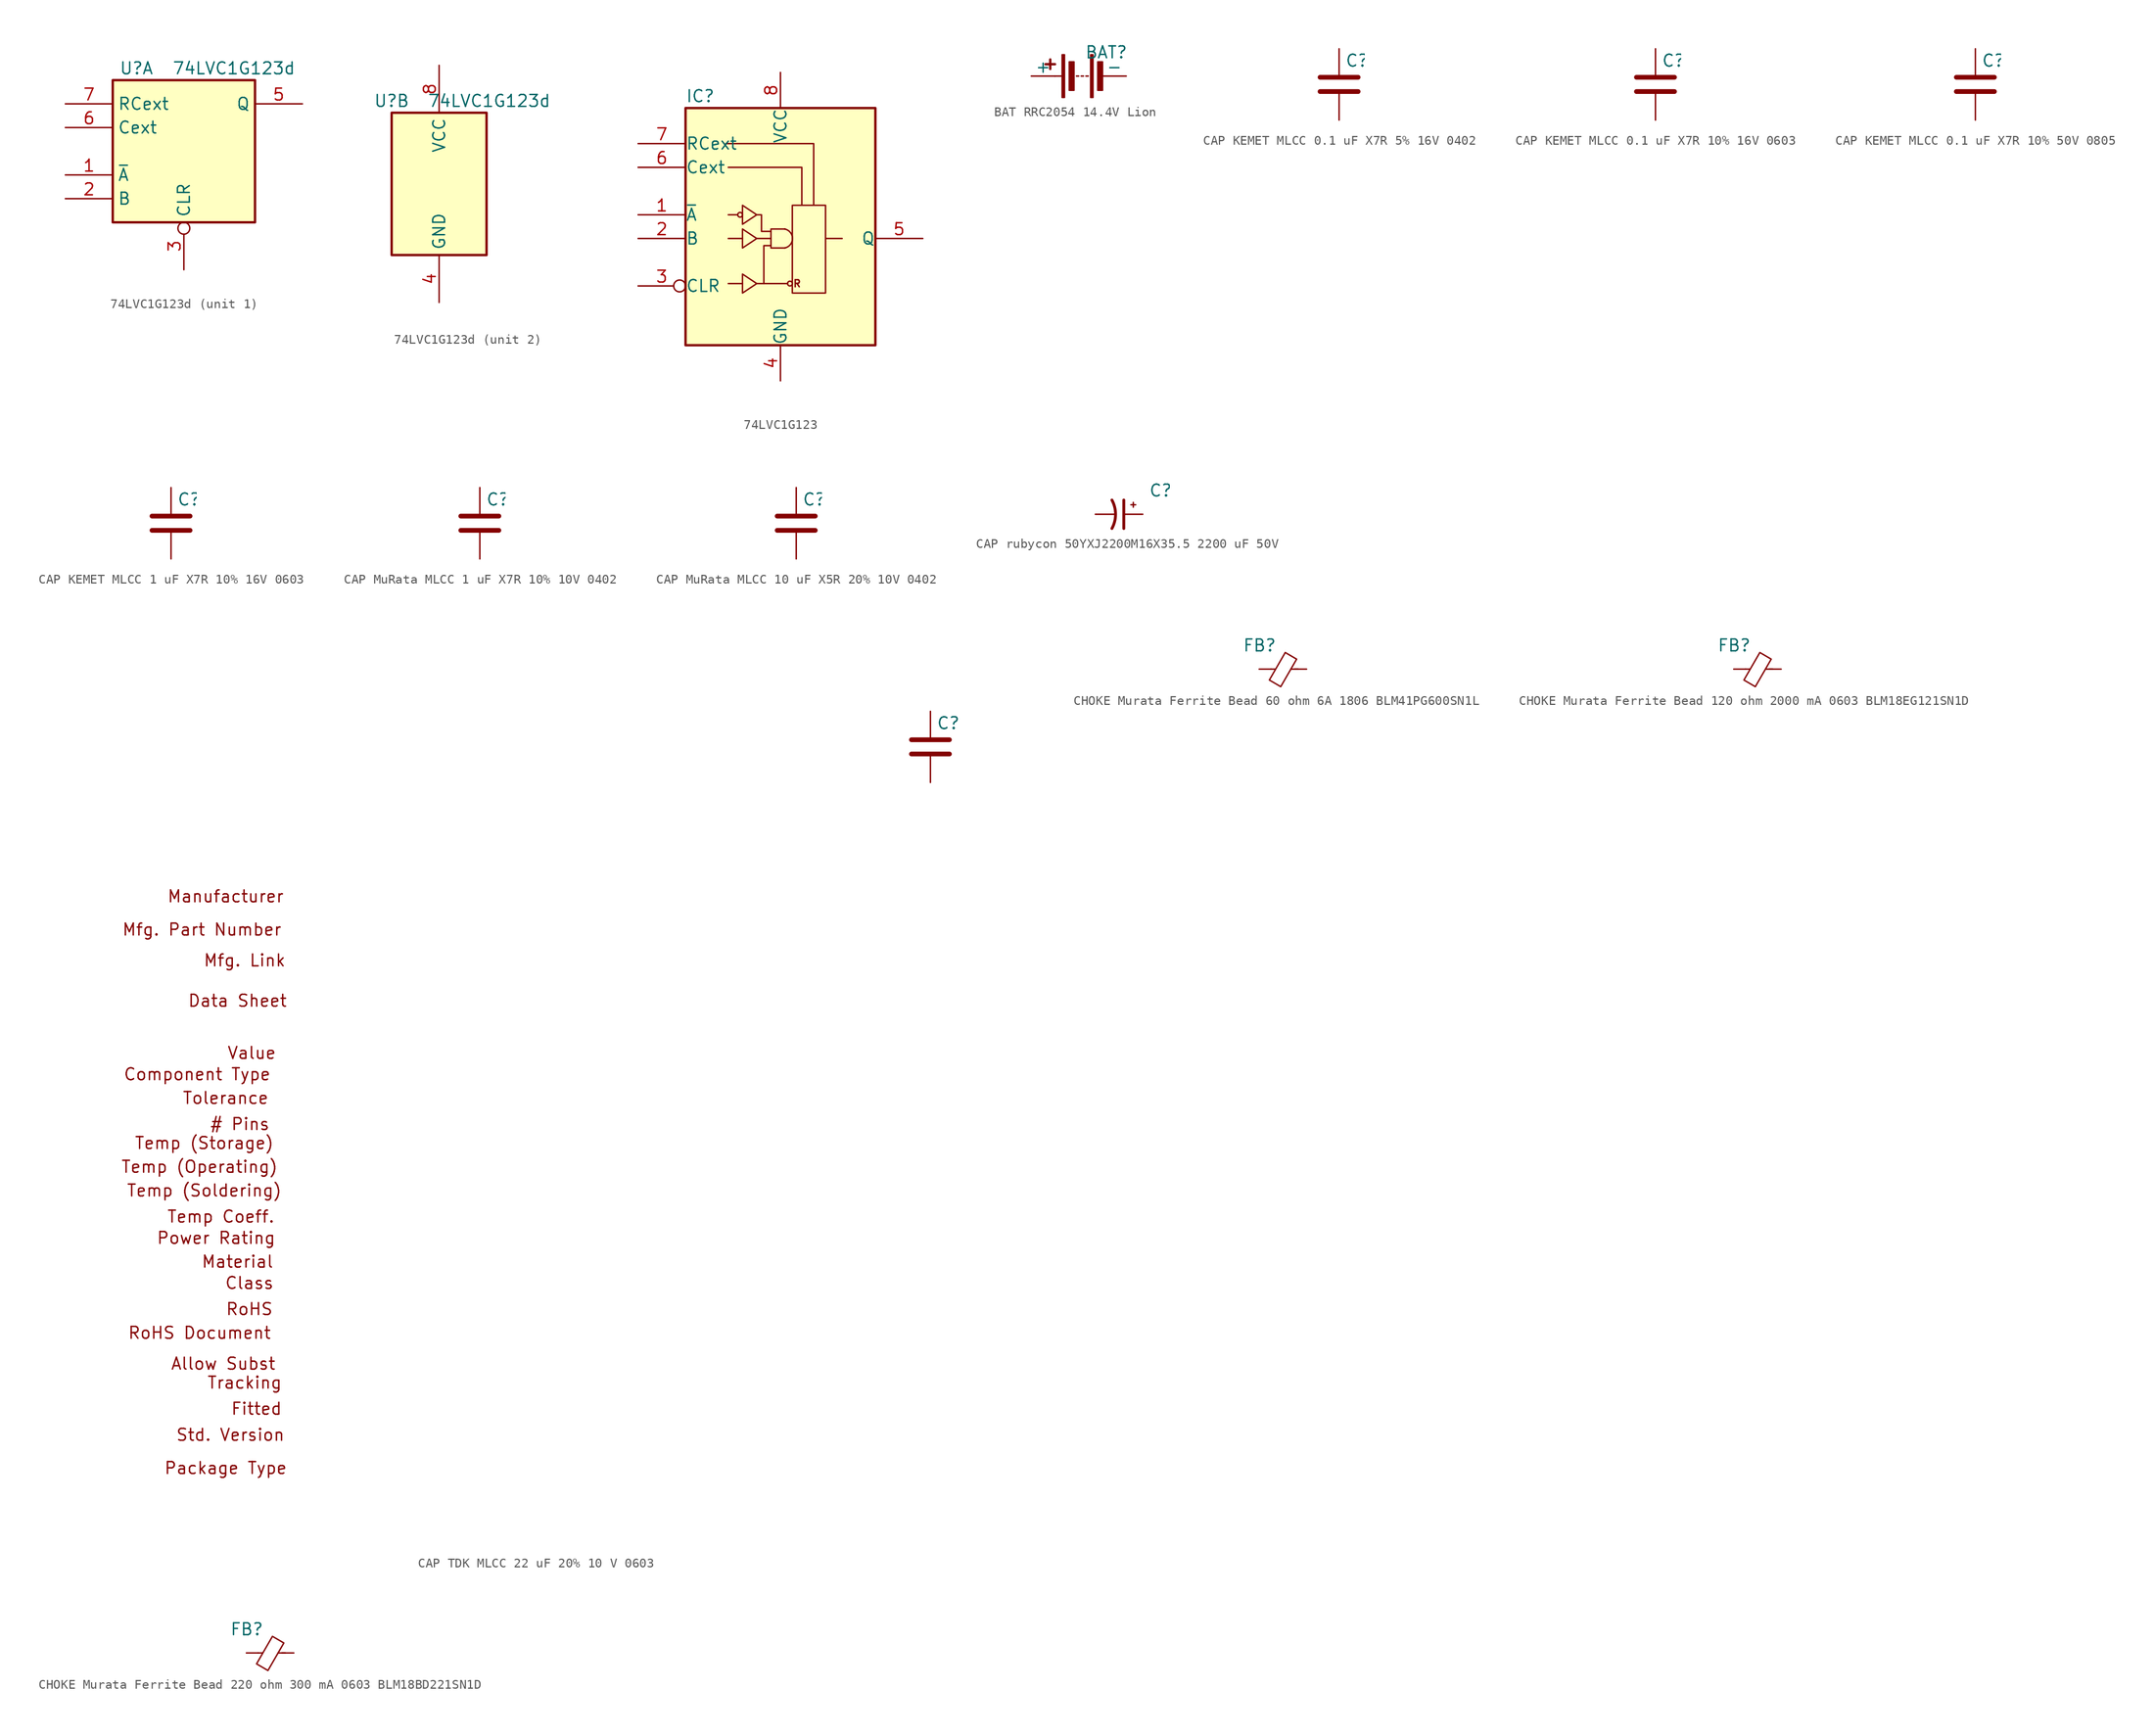
<source format=kicad_sym>
(kicad_symbol_lib
  (version 20241209)
  (generator "kicad_symbol_editor")
  (generator_version "9.0")
  (symbol "74LVC1G123d"
    (property "Reference" "U"
      (at -5.08 8.89 0)
      (effects (font (size 1.27 1.27))))
    (property "Value" "74LVC1G123d"
      (at -1.27 8.89 0)
      (effects (font (size 1.27 1.27)) (justify left)))
    (symbol "74LVC1G123d_1_1"
      (rectangle (start -7.62 7.62) (end 7.62 -7.62) (stroke (width 0.254) (type default)) (fill (type background)))
      (pin input line (at -12.7 5.08 0) (length 5.08) (name "RCext" (effects (font (size 1.27 1.27)))) (number "7" (effects (font (size 1.27 1.27)))))
      (pin input line (at -12.7 2.54 0) (length 5.08) (name "Cext" (effects (font (size 1.27 1.27)))) (number "6" (effects (font (size 1.27 1.27)))))
      (pin input line (at -12.7 -2.54 0) (length 5.08) (name "~{A}" (effects (font (size 1.27 1.27)))) (number "1" (effects (font (size 1.27 1.27)))))
      (pin input line (at -12.7 -5.08 0) (length 5.08) (name "B" (effects (font (size 1.27 1.27)))) (number "2" (effects (font (size 1.27 1.27)))))
      (pin input inverted (at 0 -12.7 90) (length 5.08) (name "CLR" (effects (font (size 1.27 1.27)))) (number "3" (effects (font (size 1.27 1.27)))))
      (pin output line (at 12.7 5.08 180) (length 5.08) (name "Q" (effects (font (size 1.27 1.27)))) (number "5" (effects (font (size 1.27 1.27))))))
    (symbol "74LVC1G123d_2_1"
      (rectangle (start -5.08 7.62) (end 5.08 -7.62) (stroke (width 0.254) (type default)) (fill (type background)))
      (pin power_in line (at 0 12.7 270) (length 5.08) (name "VCC" (effects (font (size 1.27 1.27)))) (number "8" (effects (font (size 1.27 1.27)))))
      (pin power_in line (at 0 -12.7 90) (length 5.08) (name "GND" (effects (font (size 1.27 1.27)))) (number "4" (effects (font (size 1.27 1.27)))))))
  (symbol "74LVC1G123"
    (pin_names
      (offset 0.002))
    (property "Reference" "IC"
      (at -10.16 10.16 0)
      (effects (font (size 1.27 1.27)) (justify left)))
    (symbol "74LVC1G123_0_0"
      (text "R" (at 1.778 -9.906 0) (effects (font (size 0.762 0.762)))))
    (symbol "74LVC1G123_0_1"
      (polyline (pts (xy -5.842 5.08) (xy 3.556 5.08) (xy 3.556 -1.524)) (stroke (width 0) (type default)) (fill (type none)))
      (polyline (pts (xy -5.588 2.54) (xy 2.286 2.54) (xy 2.286 -1.524)) (stroke (width 0) (type default)) (fill (type none)))
      (polyline (pts (xy -5.588 -2.54) (xy -4.572 -2.54)) (stroke (width 0) (type default)) (fill (type none)))
      (polyline (pts (xy -5.588 -5.08) (xy -4.064 -5.08)) (stroke (width 0) (type default)) (fill (type none)))
      (polyline (pts (xy -5.588 -9.906) (xy -4.064 -9.906)) (stroke (width 0) (type default)) (fill (type none)))
      (circle (center -4.318 -2.54) (radius 0.254) (stroke (width 0) (type default)) (fill (type none)))
      (polyline (pts (xy -4.064 -1.524) (xy -4.064 -3.556) (xy -2.54 -2.54) (xy -4.064 -1.524)) (stroke (width 0) (type default)) (fill (type none)))
      (polyline (pts (xy -4.064 -4.064) (xy -4.064 -6.096) (xy -2.54 -5.08) (xy -4.064 -4.064)) (stroke (width 0) (type default)) (fill (type none)))
      (polyline (pts (xy -4.064 -8.89) (xy -4.064 -10.922) (xy -2.54 -9.906) (xy -4.064 -8.89)) (stroke (width 0) (type default)) (fill (type none)))
      (polyline (pts (xy -2.54 -2.54) (xy -2.032 -2.54) (xy -2.032 -4.318) (xy -1.016 -4.318)) (stroke (width 0) (type default)) (fill (type none)))
      (polyline (pts (xy -2.54 -5.08) (xy -1.016 -5.08)) (stroke (width 0) (type default)) (fill (type none)))
      (polyline (pts (xy -2.54 -9.906) (xy -1.778 -9.906) (xy -1.778 -5.842) (xy -1.016 -5.842)) (stroke (width 0) (type default)) (fill (type none)))
      (polyline (pts (xy -1.778 -9.906) (xy 0.762 -9.906)) (stroke (width 0) (type default)) (fill (type none)))
      (arc (start 0.445 -4.064) (mid 1.2878 -5.08) (end 0.445 -6.096) (stroke (width 0) (type default)) (fill (type none)))
      (polyline (pts (xy 0.508 -4.064) (xy -1.016 -4.064) (xy -1.016 -6.096) (xy 0.508 -6.096)) (stroke (width 0) (type default)) (fill (type none)))
      (circle (center 1.016 -9.906) (radius 0.254) (stroke (width 0) (type default)) (fill (type none)))
      (rectangle (start 1.27 -10.922) (end 4.826 -1.524) (stroke (width 0) (type default)) (fill (type none)))
      (polyline (pts (xy 6.604 -5.08) (xy 4.826 -5.08)) (stroke (width 0) (type default)) (fill (type none))))
    (symbol "74LVC1G123_1_1"
      (rectangle (start -10.16 8.89) (end 10.16 -16.51) (stroke (width 0.254) (type default)) (fill (type background)))
      (pin input line (at -15.24 5.08 0) (length 5.08) (name "RCext" (effects (font (size 1.27 1.27)))) (number "7" (effects (font (size 1.27 1.27)))))
      (pin input line (at -15.24 2.54 0) (length 5.08) (name "Cext" (effects (font (size 1.27 1.27)))) (number "6" (effects (font (size 1.27 1.27)))))
      (pin input line (at -15.24 -2.54 0) (length 5.08) (name "~{A}" (effects (font (size 1.27 1.27)))) (number "1" (effects (font (size 1.27 1.27)))))
      (pin input line (at -15.24 -5.08 0) (length 5.08) (name "B" (effects (font (size 1.27 1.27)))) (number "2" (effects (font (size 1.27 1.27)))))
      (pin input inverted (at -15.24 -10.16 0) (length 5.08) (name "CLR" (effects (font (size 1.27 1.27)))) (number "3" (effects (font (size 1.27 1.27)))))
      (pin power_in line (at 0 12.7 270) (length 3.81) (name "VCC" (effects (font (size 1.27 1.27)))) (number "8" (effects (font (size 1.27 1.27)))))
      (pin power_in line (at 0 -20.32 90) (length 3.81) (name "GND" (effects (font (size 1.27 1.27)))) (number "4" (effects (font (size 1.27 1.27)))))
      (pin output line (at 15.24 -5.08 180) (length 5.08) (name "Q" (effects (font (size 1.27 1.27)))) (number "5" (effects (font (size 1.27 1.27)))))))
  (symbol "BAT RRC2054 14.4V Lion "
    (pin_numbers
      (hide yes))
    (pin_names
      (offset 0))
    (property "Reference" "BAT"
      (at 0.635 2.54 0)
      (effects (font (size 1.27 1.27)) (justify left)))
    (symbol "BAT RRC2054 14.4V Lion _0_1"
      (polyline (pts (xy -3.556 1.27) (xy -2.54 1.27)) (stroke (width 0.254) (type default)) (fill (type none)))
      (polyline (pts (xy -3.048 0.762) (xy -3.048 1.778)) (stroke (width 0.254) (type default)) (fill (type none)))
      (polyline (pts (xy -1.778 0) (xy -2.54 0)) (stroke (width 0) (type default)) (fill (type none)))
      (rectangle (start -1.778 -2.286) (end -1.524 2.286) (stroke (width 0) (type default)) (fill (type outline)))
      (rectangle (start -1.016 -1.524) (end -0.508 1.524) (stroke (width 0) (type default)) (fill (type outline)))
      (polyline (pts (xy 0 0) (xy -0.254 0)) (stroke (width 0) (type default)) (fill (type none)))
      (polyline (pts (xy 0.508 0) (xy 0.254 0)) (stroke (width 0) (type default)) (fill (type none)))
      (polyline (pts (xy 1.016 0) (xy 0.762 0)) (stroke (width 0) (type default)) (fill (type none)))
      (rectangle (start 1.27 -2.286) (end 1.524 2.286) (stroke (width 0) (type default)) (fill (type outline)))
      (rectangle (start 2.032 -1.524) (end 2.54 1.524) (stroke (width 0) (type default)) (fill (type outline))))
    (symbol "BAT RRC2054 14.4V Lion _1_1"
      (pin passive line (at -5.08 0 0) (length 2.54) (name "+" (effects (font (size 1.27 1.27)))) (number "1" (effects (font (size 1.27 1.27)))))
      (pin passive line (at 5.08 0 180) (length 2.54) (name "-" (effects (font (size 1.27 1.27)))) (number "2" (effects (font (size 1.27 1.27)))))))
  (symbol "CAP KEMET MLCC 0.1 uF X7R 5% 16V 0402"
    (pin_numbers
      (hide yes))
    (pin_names
      (offset 0))
    (property "Reference" "C"
      (at 0.635 6.35 0)
      (effects (font (size 1.27 1.27)) (justify left)))
    (symbol "CAP KEMET MLCC 0.1 uF X7R 5% 16V 0402_0_1"
      (polyline (pts (xy -2.032 4.572) (xy 2.032 4.572)) (stroke (width 0.508) (type default)) (fill (type none)))
      (polyline (pts (xy -2.032 3.048) (xy 2.032 3.048)) (stroke (width 0.508) (type default)) (fill (type none))))
    (symbol "CAP KEMET MLCC 0.1 uF X7R 5% 16V 0402_1_1"
      (pin passive line (at 0 7.62 270) (length 2.794) (name "~" (effects (font (size 1.27 1.27)))) (number "1" (effects (font (size 1.27 1.27)))))
      (pin passive line (at 0 0 90) (length 2.794) (name "~" (effects (font (size 1.27 1.27)))) (number "2" (effects (font (size 1.27 1.27)))))))
  (symbol "CAP KEMET MLCC 0.1 uF X7R 10% 16V 0603"
    (pin_numbers
      (hide yes))
    (pin_names
      (offset 0))
    (property "Reference" "C"
      (at 0.635 6.35 0)
      (effects (font (size 1.27 1.27)) (justify left)))
    (symbol "CAP KEMET MLCC 0.1 uF X7R 10% 16V 0603_0_1"
      (polyline (pts (xy -2.032 4.572) (xy 2.032 4.572)) (stroke (width 0.508) (type default)) (fill (type none)))
      (polyline (pts (xy -2.032 3.048) (xy 2.032 3.048)) (stroke (width 0.508) (type default)) (fill (type none))))
    (symbol "CAP KEMET MLCC 0.1 uF X7R 10% 16V 0603_1_1"
      (pin passive line (at 0 7.62 270) (length 2.794) (name "~" (effects (font (size 1.27 1.27)))) (number "1" (effects (font (size 1.27 1.27)))))
      (pin passive line (at 0 0 90) (length 2.794) (name "~" (effects (font (size 1.27 1.27)))) (number "2" (effects (font (size 1.27 1.27)))))))
  (symbol "CAP KEMET MLCC 0.1 uF X7R 10% 50V 0805"
    (pin_numbers
      (hide yes))
    (pin_names
      (offset 0))
    (property "Reference" "C"
      (at 0.635 3.81 0)
      (effects (font (size 1.27 1.27)) (justify left)))
    (symbol "CAP KEMET MLCC 0.1 uF X7R 10% 50V 0805_0_1"
      (polyline (pts (xy -2.032 2.032) (xy 2.032 2.032)) (stroke (width 0.508) (type default)) (fill (type none)))
      (polyline (pts (xy -2.032 0.508) (xy 2.032 0.508)) (stroke (width 0.508) (type default)) (fill (type none))))
    (symbol "CAP KEMET MLCC 0.1 uF X7R 10% 50V 0805_1_1"
      (pin passive line (at 0 5.08 270) (length 2.794) (name "~" (effects (font (size 1.27 1.27)))) (number "1" (effects (font (size 1.27 1.27)))))
      (pin passive line (at 0 -2.54 90) (length 2.794) (name "~" (effects (font (size 1.27 1.27)))) (number "2" (effects (font (size 1.27 1.27)))))))
  (symbol "CAP KEMET MLCC 1 uF X7R 10% 16V 0603"
    (pin_numbers
      (hide yes))
    (pin_names
      (offset 0))
    (property "Reference" "C"
      (at 0.635 6.35 0)
      (effects (font (size 1.27 1.27)) (justify left)))
    (symbol "CAP KEMET MLCC 1 uF X7R 10% 16V 0603_0_1"
      (polyline (pts (xy -2.032 4.572) (xy 2.032 4.572)) (stroke (width 0.508) (type default)) (fill (type none)))
      (polyline (pts (xy -2.032 3.048) (xy 2.032 3.048)) (stroke (width 0.508) (type default)) (fill (type none))))
    (symbol "CAP KEMET MLCC 1 uF X7R 10% 16V 0603_1_1"
      (pin passive line (at 0 7.62 270) (length 2.794) (name "~" (effects (font (size 1.27 1.27)))) (number "1" (effects (font (size 1.27 1.27)))))
      (pin passive line (at 0 0 90) (length 2.794) (name "~" (effects (font (size 1.27 1.27)))) (number "2" (effects (font (size 1.27 1.27)))))))
  (symbol "CAP MuRata MLCC 1 uF X7R 10% 10V 0402"
    (pin_numbers
      (hide yes))
    (pin_names
      (offset 0))
    (property "Reference" "C"
      (at 0.635 2.54 0)
      (effects (font (size 1.27 1.27)) (justify left)))
    (symbol "CAP MuRata MLCC 1 uF X7R 10% 10V 0402_0_1"
      (polyline (pts (xy -2.032 0.762) (xy 2.032 0.762)) (stroke (width 0.508) (type default)) (fill (type none)))
      (polyline (pts (xy -2.032 -0.762) (xy 2.032 -0.762)) (stroke (width 0.508) (type default)) (fill (type none))))
    (symbol "CAP MuRata MLCC 1 uF X7R 10% 10V 0402_1_1"
      (pin passive line (at 0 3.81 270) (length 2.794) (name "~" (effects (font (size 1.27 1.27)))) (number "1" (effects (font (size 1.27 1.27)))))
      (pin passive line (at 0 -3.81 90) (length 2.794) (name "~" (effects (font (size 1.27 1.27)))) (number "2" (effects (font (size 1.27 1.27)))))))
  (symbol "CAP MuRata MLCC 10 uF X5R 20% 10V 0402"
    (pin_numbers
      (hide yes))
    (pin_names
      (offset 0))
    (property "Reference" "C"
      (at 0.635 2.54 0)
      (effects (font (size 1.27 1.27)) (justify left)))
    (symbol "CAP MuRata MLCC 10 uF X5R 20% 10V 0402_0_1"
      (polyline (pts (xy -2.032 0.762) (xy 2.032 0.762)) (stroke (width 0.508) (type default)) (fill (type none)))
      (polyline (pts (xy -2.032 -0.762) (xy 2.032 -0.762)) (stroke (width 0.508) (type default)) (fill (type none))))
    (symbol "CAP MuRata MLCC 10 uF X5R 20% 10V 0402_1_1"
      (pin passive line (at 0 3.81 270) (length 2.794) (name "~" (effects (font (size 1.27 1.27)))) (number "1" (effects (font (size 1.27 1.27)))))
      (pin passive line (at 0 -3.81 90) (length 2.794) (name "~" (effects (font (size 1.27 1.27)))) (number "2" (effects (font (size 1.27 1.27)))))))
  (symbol "CAP rubycon 50YXJ2200M16X35.5 2200 uF 50V"
    (pin_numbers
      (hide yes))
    (pin_names
      (offset 0))
    (property "Reference" "C"
      (at 0.635 2.54 0)
      (effects (font (size 1.27 1.27)) (justify left)))
    (symbol "CAP rubycon 50YXJ2200M16X35.5 2200 uF 50V_0_1"
      (arc (start -3.302 1.524) (mid -2.9134 0) (end -3.302 -1.524) (stroke (width 0.3048) (type default)) (fill (type none)))
      (polyline (pts (xy -2.032 1.524) (xy -2.032 -1.524)) (stroke (width 0.305) (type default)) (fill (type none)))
      (polyline (pts (xy -1.27 1.016) (xy -0.762 1.016)) (stroke (width 0) (type default)) (fill (type none)))
      (polyline (pts (xy -1.016 1.27) (xy -1.016 0.762)) (stroke (width 0) (type default)) (fill (type none))))
    (symbol "CAP rubycon 50YXJ2200M16X35.5 2200 uF 50V_1_1"
      (pin passive line (at -5.08 0 0) (length 2.032) (name "~" (effects (font (size 1.27 1.27)))) (number "2" (effects (font (size 1.27 1.27)))))
      (pin passive line (at 0 0 180) (length 2.032) (name "~" (effects (font (size 1.27 1.27)))) (number "1" (effects (font (size 1.27 1.27)))))))
  (symbol "CAP TDK MLCC 22 uF 20% 10 V 0603"
    (pin_numbers
      (hide yes))
    (pin_names
      (offset 0))
    (property "Reference" "C"
      (at 0.635 3.81 0)
      (effects (font (size 1.27 1.27)) (justify left)))
    (symbol "CAP TDK MLCC 22 uF 20% 10 V 0603_0_0"
      (text "Component Type" (at -78.486 -33.782 0) (effects (font (size 1.27 1.27))))
      (text "Temp (Operating)" (at -78.232 -43.688 0) (effects (font (size 1.27 1.27))))
      (text "RoHS Document" (at -78.232 -61.468 0) (effects (font (size 1.27 1.27))))
      (text "Mfg. Part Number" (at -77.978 -18.288 0) (effects (font (size 1.27 1.27))))
      (text "Temp (Storage)" (at -77.724 -41.148 0) (effects (font (size 1.27 1.27))))
      (text "Temp (Soldering)" (at -77.724 -46.228 0) (effects (font (size 1.27 1.27))))
      (text "Power Rating" (at -76.454 -51.308 0) (effects (font (size 1.27 1.27))))
      (text "Temp Coeff." (at -75.946 -49.022 0) (effects (font (size 1.27 1.27))))
      (text "Allow Subst" (at -75.692 -64.77 0) (effects (font (size 1.27 1.27))))
      (text "Manufacturer" (at -75.438 -14.732 0) (effects (font (size 1.27 1.27))))
      (text "Tolerance" (at -75.438 -36.322 0) (effects (font (size 1.27 1.27))))
      (text "Package Type" (at -75.438 -75.946 0) (effects (font (size 1.27 1.27))))
      (text "Std. Version" (at -74.93 -72.39 0) (effects (font (size 1.27 1.27))))
      (text "Data Sheet" (at -74.168 -25.908 0) (effects (font (size 1.27 1.27))))
      (text "Material" (at -74.168 -53.848 0) (effects (font (size 1.27 1.27))))
      (text "# Pins" (at -73.914 -39.116 0) (effects (font (size 1.27 1.27))))
      (text "Mfg. Link" (at -73.406 -21.59 0) (effects (font (size 1.27 1.27))))
      (text "Tracking" (at -73.406 -66.802 0) (effects (font (size 1.27 1.27))))
      (text "Class" (at -72.898 -56.134 0) (effects (font (size 1.27 1.27))))
      (text "RoHS" (at -72.898 -58.928 0) (effects (font (size 1.27 1.27))))
      (text "Value" (at -72.644 -31.496 0) (effects (font (size 1.27 1.27))))
      (text "Fitted" (at -72.136 -69.596 0) (effects (font (size 1.27 1.27)))))
    (symbol "CAP TDK MLCC 22 uF 20% 10 V 0603_0_1"
      (polyline (pts (xy -2.032 2.032) (xy 2.032 2.032)) (stroke (width 0.508) (type default)) (fill (type none)))
      (polyline (pts (xy -2.032 0.508) (xy 2.032 0.508)) (stroke (width 0.508) (type default)) (fill (type none))))
    (symbol "CAP TDK MLCC 22 uF 20% 10 V 0603_1_1"
      (pin passive line (at 0 5.08 270) (length 2.794) (name "~" (effects (font (size 1.27 1.27)))) (number "1" (effects (font (size 1.27 1.27)))))
      (pin passive line (at 0 -2.54 90) (length 2.794) (name "~" (effects (font (size 1.27 1.27)))) (number "2" (effects (font (size 1.27 1.27)))))))
  (symbol "CHOKE Murata Ferrite Bead 60 ohm 6A 1806 BLM41PG600SN1L"
    (pin_numbers
      (hide yes))
    (pin_names
      (offset 0))
    (property "Reference" "FB"
      (at -4.318 2.54 0)
      (effects (font (size 1.27 1.27)) (justify left)))
    (symbol "CHOKE Murata Ferrite Bead 60 ohm 6A 1806 BLM41PG600SN1L_0_1"
      (polyline (pts (xy -1.27 0) (xy -0.813 0)) (stroke (width 0) (type default)) (fill (type none)))
      (polyline (pts (xy 0.254 1.778) (xy 1.473 1.067) (xy -0.229 -1.88) (xy -1.448 -1.168) (xy 0.254 1.778)) (stroke (width 0) (type default)) (fill (type none)))
      (polyline (pts (xy 0.864 0) (xy 1.626 0)) (stroke (width 0) (type default)) (fill (type none))))
    (symbol "CHOKE Murata Ferrite Bead 60 ohm 6A 1806 BLM41PG600SN1L_1_1"
      (pin passive line (at -2.54 0 0) (length 1.27) (name "~" (effects (font (size 1.27 1.27)))) (number "2" (effects (font (size 1.27 1.27)))))
      (pin passive line (at 2.54 0 180) (length 1.27) (name "~" (effects (font (size 1.27 1.27)))) (number "1" (effects (font (size 1.27 1.27)))))))
  (symbol "CHOKE Murata Ferrite Bead 120 ohm 2000 mA 0603 BLM18EG121SN1D  "
    (pin_numbers
      (hide yes))
    (pin_names
      (offset 0))
    (property "Reference" "FB"
      (at -4.318 2.54 0)
      (effects (font (size 1.27 1.27)) (justify left)))
    (symbol "CHOKE Murata Ferrite Bead 120 ohm 2000 mA 0603 BLM18EG121SN1D  _0_1"
      (polyline (pts (xy -1.27 0) (xy -0.813 0)) (stroke (width 0) (type default)) (fill (type none)))
      (polyline (pts (xy 0.254 1.778) (xy 1.473 1.067) (xy -0.229 -1.88) (xy -1.448 -1.168) (xy 0.254 1.778)) (stroke (width 0) (type default)) (fill (type none)))
      (polyline (pts (xy 0.864 0) (xy 1.626 0)) (stroke (width 0) (type default)) (fill (type none))))
    (symbol "CHOKE Murata Ferrite Bead 120 ohm 2000 mA 0603 BLM18EG121SN1D  _1_1"
      (pin passive line (at -2.54 0 0) (length 1.27) (name "~" (effects (font (size 1.27 1.27)))) (number "2" (effects (font (size 1.27 1.27)))))
      (pin passive line (at 2.54 0 180) (length 1.27) (name "~" (effects (font (size 1.27 1.27)))) (number "1" (effects (font (size 1.27 1.27)))))))
  (symbol "CHOKE Murata Ferrite Bead 220 ohm 300 mA 0603 BLM18BD221SN1D "
    (pin_numbers
      (hide yes))
    (pin_names
      (offset 0))
    (property "Reference" "FB"
      (at -4.318 2.54 0)
      (effects (font (size 1.27 1.27)) (justify left)))
    (symbol "CHOKE Murata Ferrite Bead 220 ohm 300 mA 0603 BLM18BD221SN1D _0_1"
      (polyline (pts (xy -1.27 0) (xy -0.813 0)) (stroke (width 0) (type default)) (fill (type none)))
      (polyline (pts (xy 0.254 1.778) (xy 1.473 1.067) (xy -0.229 -1.88) (xy -1.448 -1.168) (xy 0.254 1.778)) (stroke (width 0) (type default)) (fill (type none)))
      (polyline (pts (xy 0.864 0) (xy 1.626 0)) (stroke (width 0) (type default)) (fill (type none))))
    (symbol "CHOKE Murata Ferrite Bead 220 ohm 300 mA 0603 BLM18BD221SN1D _1_1"
      (pin passive line (at -2.54 0 0) (length 1.27) (name "~" (effects (font (size 1.27 1.27)))) (number "2" (effects (font (size 1.27 1.27)))))
      (pin passive line (at 2.54 0 180) (length 1.27) (name "~" (effects (font (size 1.27 1.27)))) (number "1" (effects (font (size 1.27 1.27))))))))
</source>
